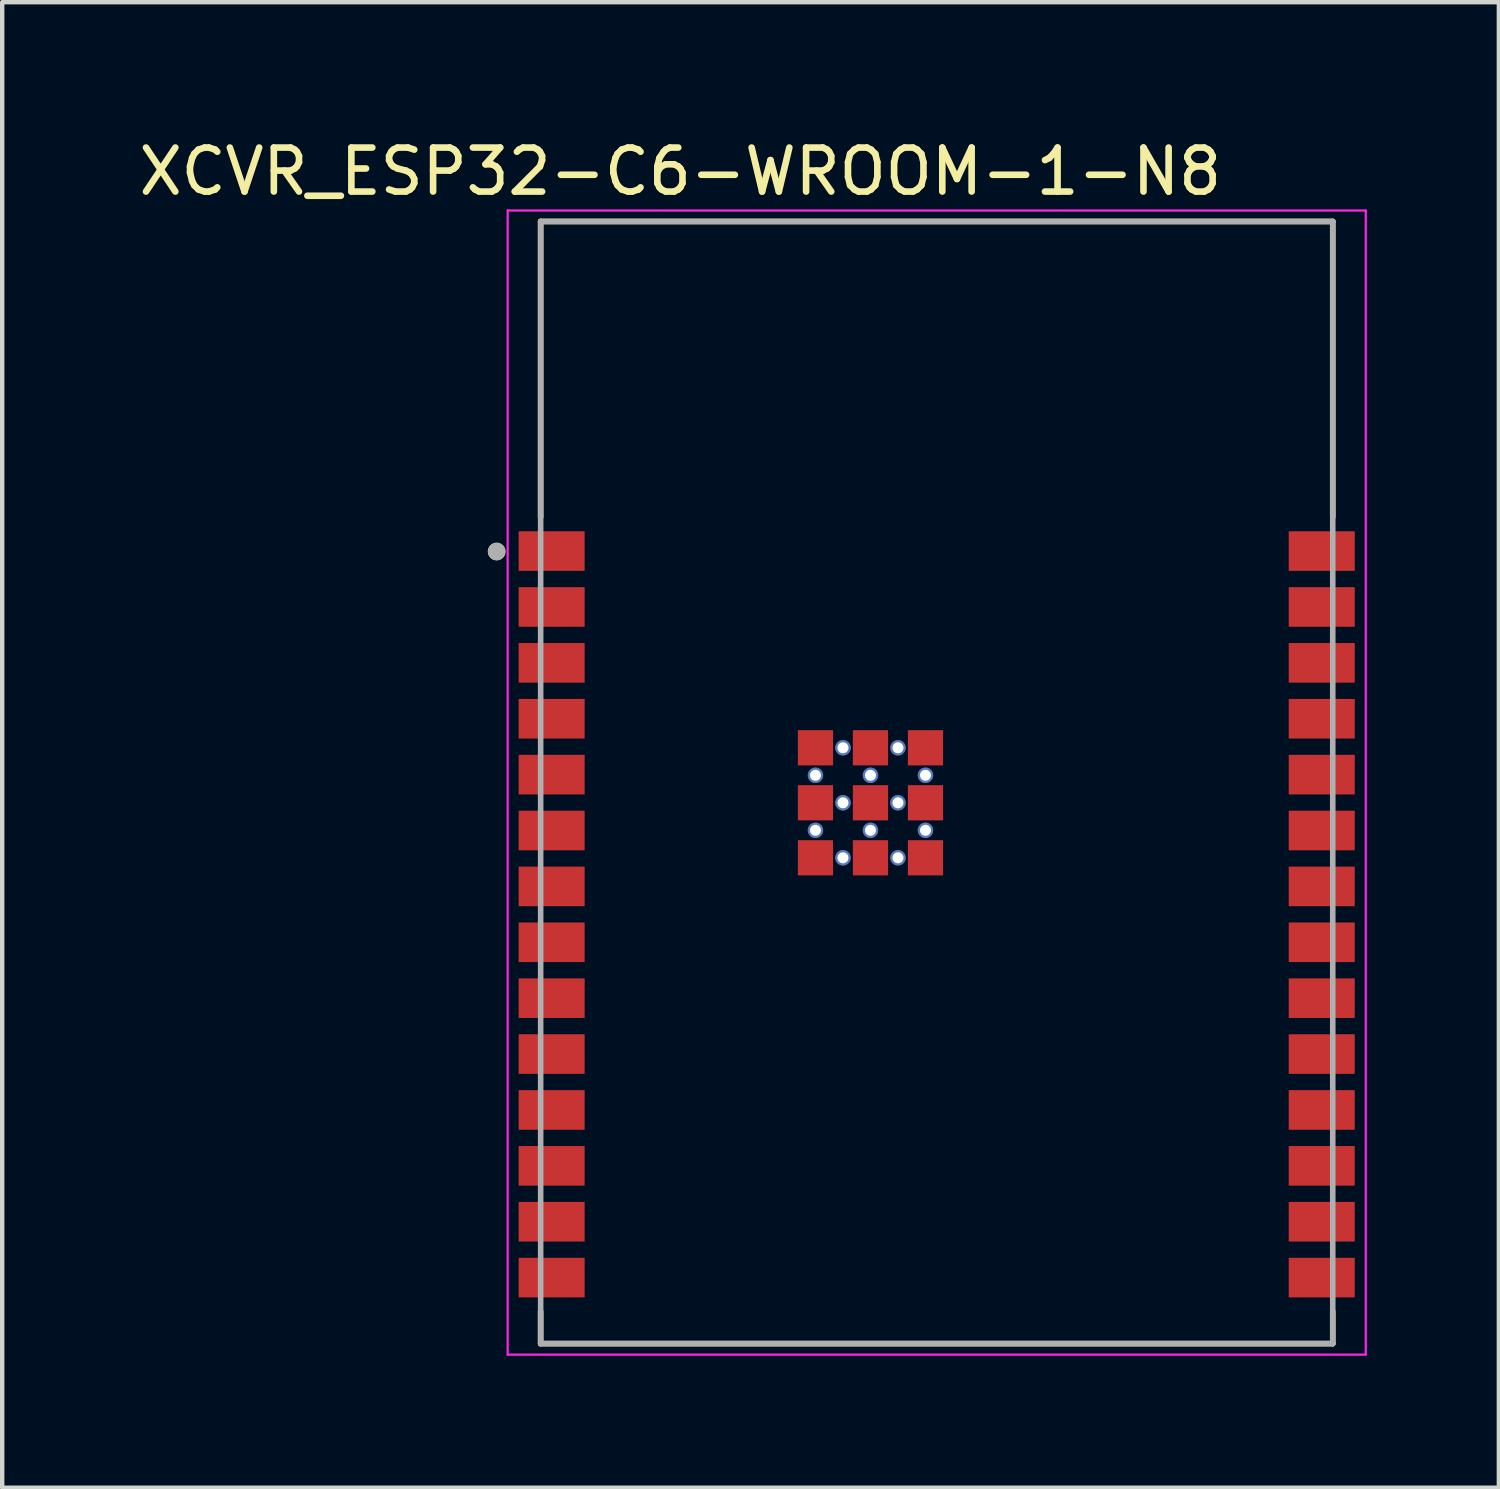
<source format=kicad_pcb>
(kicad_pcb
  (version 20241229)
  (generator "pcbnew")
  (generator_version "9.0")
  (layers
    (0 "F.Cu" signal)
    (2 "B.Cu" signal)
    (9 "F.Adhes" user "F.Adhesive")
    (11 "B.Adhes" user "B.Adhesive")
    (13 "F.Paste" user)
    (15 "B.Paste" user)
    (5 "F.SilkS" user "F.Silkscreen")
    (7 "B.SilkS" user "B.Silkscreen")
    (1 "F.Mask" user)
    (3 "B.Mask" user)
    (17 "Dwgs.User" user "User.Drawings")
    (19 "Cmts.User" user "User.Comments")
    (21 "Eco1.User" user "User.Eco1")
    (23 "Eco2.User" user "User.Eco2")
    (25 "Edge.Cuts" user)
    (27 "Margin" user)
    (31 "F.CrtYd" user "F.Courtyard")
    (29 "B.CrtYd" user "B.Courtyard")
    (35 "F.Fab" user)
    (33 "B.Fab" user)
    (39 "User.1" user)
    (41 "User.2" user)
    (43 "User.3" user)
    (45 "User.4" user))
  (footprint "XCVR_ESP32-C6-WROOM-1-N8"
    (layer "F.Cu")
    (at 18.236 14.733)
    (property "Reference" "XCVR_ESP32-C6-WROOM-1-N8" (at -5.825 -13.885 0) (layer "F.SilkS") (effects (font (size 1 1) (thickness 0.15))))
    (attr smd)
    (fp_line (start -9 -12.75) (end 9 -12.75) (stroke (width 0.127) (type solid)) (layer "F.SilkS"))
    (fp_line (start -9 -6.03) (end -9 -12.75) (stroke (width 0.127) (type solid)) (layer "F.SilkS"))
    (fp_line (start -9 12.75) (end -9 12.02) (stroke (width 0.127) (type solid)) (layer "F.SilkS"))
    (fp_line (start -9 12.75) (end 9 12.75) (stroke (width 0.127) (type solid)) (layer "F.SilkS"))
    (fp_line (start 9 -12.75) (end 9 -6.03) (stroke (width 0.127) (type solid)) (layer "F.SilkS"))
    (fp_line (start 9 12.02) (end 9 12.75) (stroke (width 0.127) (type solid)) (layer "F.SilkS"))
    (fp_circle (center -10 -5.25) (end -9.9 -5.25) (stroke (width 0.2) (type solid)) (fill no) (layer "F.SilkS"))
    (fp_line (start -9.75 -13) (end -9.75 13) (stroke (width 0.05) (type solid)) (layer "F.CrtYd"))
    (fp_line (start -9.75 13) (end 9.75 13) (stroke (width 0.05) (type solid)) (layer "F.CrtYd"))
    (fp_line (start 9.75 -13) (end -9.75 -13) (stroke (width 0.05) (type solid)) (layer "F.CrtYd"))
    (fp_line (start 9.75 13) (end 9.75 -13) (stroke (width 0.05) (type solid)) (layer "F.CrtYd"))
    (fp_line (start -9 -12.75) (end 9 -12.75) (stroke (width 0.127) (type solid)) (layer "F.Fab"))
    (fp_line (start -9 12.75) (end -9 -12.75) (stroke (width 0.127) (type solid)) (layer "F.Fab"))
    (fp_line (start -9 12.75) (end 9 12.75) (stroke (width 0.127) (type solid)) (layer "F.Fab"))
    (fp_line (start 9 -12.75) (end 9 12.75) (stroke (width 0.127) (type solid)) (layer "F.Fab"))
    (fp_circle (center -10 -5.25) (end -9.9 -5.25) (stroke (width 0.2) (type solid)) (fill no) (layer "F.Fab"))
    (pad "1" smd rect (at -8.75 -5.26) (size 1.5 0.9) (layers "F.Cu" "F.Mask" "F.Paste"))
    (pad "2" smd rect (at -8.75 -3.99) (size 1.5 0.9) (layers "F.Cu" "F.Mask" "F.Paste"))
    (pad "3" smd rect (at -8.75 -2.72) (size 1.5 0.9) (layers "F.Cu" "F.Mask" "F.Paste"))
    (pad "4" smd rect (at -8.75 -1.45) (size 1.5 0.9) (layers "F.Cu" "F.Mask" "F.Paste"))
    (pad "5" smd rect (at -8.75 -0.18) (size 1.5 0.9) (layers "F.Cu" "F.Mask" "F.Paste"))
    (pad "6" smd rect (at -8.75 1.09) (size 1.5 0.9) (layers "F.Cu" "F.Mask" "F.Paste"))
    (pad "7" smd rect (at -8.75 2.36) (size 1.5 0.9) (layers "F.Cu" "F.Mask" "F.Paste"))
    (pad "8" smd rect (at -8.75 3.63) (size 1.5 0.9) (layers "F.Cu" "F.Mask" "F.Paste"))
    (pad "9" smd rect (at -8.75 4.9) (size 1.5 0.9) (layers "F.Cu" "F.Mask" "F.Paste"))
    (pad "10" smd rect (at -8.75 6.17) (size 1.5 0.9) (layers "F.Cu" "F.Mask" "F.Paste"))
    (pad "11" smd rect (at -8.75 7.44) (size 1.5 0.9) (layers "F.Cu" "F.Mask" "F.Paste"))
    (pad "12" smd rect (at -8.75 8.71) (size 1.5 0.9) (layers "F.Cu" "F.Mask" "F.Paste"))
    (pad "13" smd rect (at -8.75 9.98) (size 1.5 0.9) (layers "F.Cu" "F.Mask" "F.Paste"))
    (pad "14" smd rect (at -8.75 11.25) (size 1.5 0.9) (layers "F.Cu" "F.Mask" "F.Paste"))
    (pad "15" smd rect (at 8.75 11.25) (size 1.5 0.9) (layers "F.Cu" "F.Mask" "F.Paste"))
    (pad "16" smd rect (at 8.75 9.98) (size 1.5 0.9) (layers "F.Cu" "F.Mask" "F.Paste"))
    (pad "17" smd rect (at 8.75 8.71) (size 1.5 0.9) (layers "F.Cu" "F.Mask" "F.Paste"))
    (pad "18" smd rect (at 8.75 7.44) (size 1.5 0.9) (layers "F.Cu" "F.Mask" "F.Paste"))
    (pad "19" smd rect (at 8.75 6.17) (size 1.5 0.9) (layers "F.Cu" "F.Mask" "F.Paste"))
    (pad "20" smd rect (at 8.75 4.9) (size 1.5 0.9) (layers "F.Cu" "F.Mask" "F.Paste"))
    (pad "21" smd rect (at 8.75 3.63) (size 1.5 0.9) (layers "F.Cu" "F.Mask" "F.Paste"))
    (pad "22" smd rect (at 8.75 2.36) (size 1.5 0.9) (layers "F.Cu" "F.Mask" "F.Paste"))
    (pad "23" smd rect (at 8.75 1.09) (size 1.5 0.9) (layers "F.Cu" "F.Mask" "F.Paste"))
    (pad "24" smd rect (at 8.75 -0.18) (size 1.5 0.9) (layers "F.Cu" "F.Mask" "F.Paste"))
    (pad "25" smd rect (at 8.75 -1.45) (size 1.5 0.9) (layers "F.Cu" "F.Mask" "F.Paste"))
    (pad "26" smd rect (at 8.75 -2.72) (size 1.5 0.9) (layers "F.Cu" "F.Mask" "F.Paste"))
    (pad "27" smd rect (at 8.75 -3.99) (size 1.5 0.9) (layers "F.Cu" "F.Mask" "F.Paste"))
    (pad "28" smd rect (at 8.75 -5.26) (size 1.5 0.9) (layers "F.Cu" "F.Mask" "F.Paste"))
    (pad "29_1" smd rect (at -2.755 -0.79) (size 0.8 0.8) (layers "F.Cu" "F.Mask" "F.Paste"))
    (pad "29_2" smd rect (at -1.505 -0.79) (size 0.8 0.8) (layers "F.Cu" "F.Mask" "F.Paste"))
    (pad "29_3" smd rect (at -0.255 -0.79) (size 0.8 0.8) (layers "F.Cu" "F.Mask" "F.Paste"))
    (pad "29_4" smd rect (at -2.755 0.46) (size 0.8 0.8) (layers "F.Cu" "F.Mask" "F.Paste"))
    (pad "29_5" smd rect (at -1.505 0.46) (size 0.8 0.8) (layers "F.Cu" "F.Mask" "F.Paste"))
    (pad "29_6" smd rect (at -0.255 0.46) (size 0.8 0.8) (layers "F.Cu" "F.Mask" "F.Paste"))
    (pad "29_7" smd rect (at -2.755 1.71) (size 0.8 0.8) (layers "F.Cu" "F.Mask" "F.Paste"))
    (pad "29_8" smd rect (at -1.505 1.71) (size 0.8 0.8) (layers "F.Cu" "F.Mask" "F.Paste"))
    (pad "29_9" smd rect (at -0.255 1.71) (size 0.8 0.8) (layers "F.Cu" "F.Mask" "F.Paste"))
    (pad "30_1" thru_hole circle (at -2.13 -0.79) (size 0.35 0.35) (drill 0.25) (layers "*.Cu"))
    (pad "30_2" thru_hole circle (at -0.88 -0.79) (size 0.35 0.35) (drill 0.25) (layers "*.Cu"))
    (pad "30_3" thru_hole circle (at -2.755 -0.165) (size 0.35 0.35) (drill 0.25) (layers "*.Cu"))
    (pad "30_4" thru_hole circle (at -1.505 -0.165) (size 0.35 0.35) (drill 0.25) (layers "*.Cu"))
    (pad "30_5" thru_hole circle (at -0.255 -0.165) (size 0.35 0.35) (drill 0.25) (layers "*.Cu"))
    (pad "30_6" thru_hole circle (at -2.13 0.46) (size 0.35 0.35) (drill 0.25) (layers "*.Cu"))
    (pad "30_7" thru_hole circle (at -0.88 0.46) (size 0.35 0.35) (drill 0.25) (layers "*.Cu"))
    (pad "30_8" thru_hole circle (at -2.755 1.085) (size 0.35 0.35) (drill 0.25) (layers "*.Cu"))
    (pad "30_9" thru_hole circle (at -1.505 1.085) (size 0.35 0.35) (drill 0.25) (layers "*.Cu"))
    (pad "30_10" thru_hole circle (at -0.255 1.085) (size 0.35 0.35) (drill 0.25) (layers "*.Cu"))
    (pad "30_11" thru_hole circle (at -2.13 1.71) (size 0.35 0.35) (drill 0.25) (layers "*.Cu"))
    (pad "30_12" thru_hole circle (at -0.88 1.71) (size 0.35 0.35) (drill 0.25) (layers "*.Cu"))
    (zone (net_name "") (layer "F.Cu") (hatch full 0.508) (connect_pads) (min_thickness 0.01) (filled_areas_thickness no) (keepout (tracks not_allowed) (vias not_allowed) (pads not_allowed) (copperpour not_allowed) (footprints allowed)) (placement (enabled no)) (fill) (polygon (pts (xy 9.236 1.983) (xy 27.236 1.983) (xy 27.236 7.983) (xy 9.236 7.983))))
    (zone (net_name "") (layers "F.Cu" "B.Cu") (hatch full 0.508) (connect_pads) (min_thickness 0.01) (filled_areas_thickness no) (keepout (tracks allowed) (vias not_allowed) (pads allowed) (copperpour allowed) (footprints allowed)) (placement (enabled no)) (fill) (polygon (pts (xy 9.236 1.983) (xy 27.236 1.983) (xy 27.236 7.983) (xy 9.236 7.983)))))
  (gr_rect
    (start -3 -3)
    (end 31.011 30.758)
    (stroke (width 0.1) (type default))
    (fill no)
    (layer "Edge.Cuts")))
</source>
